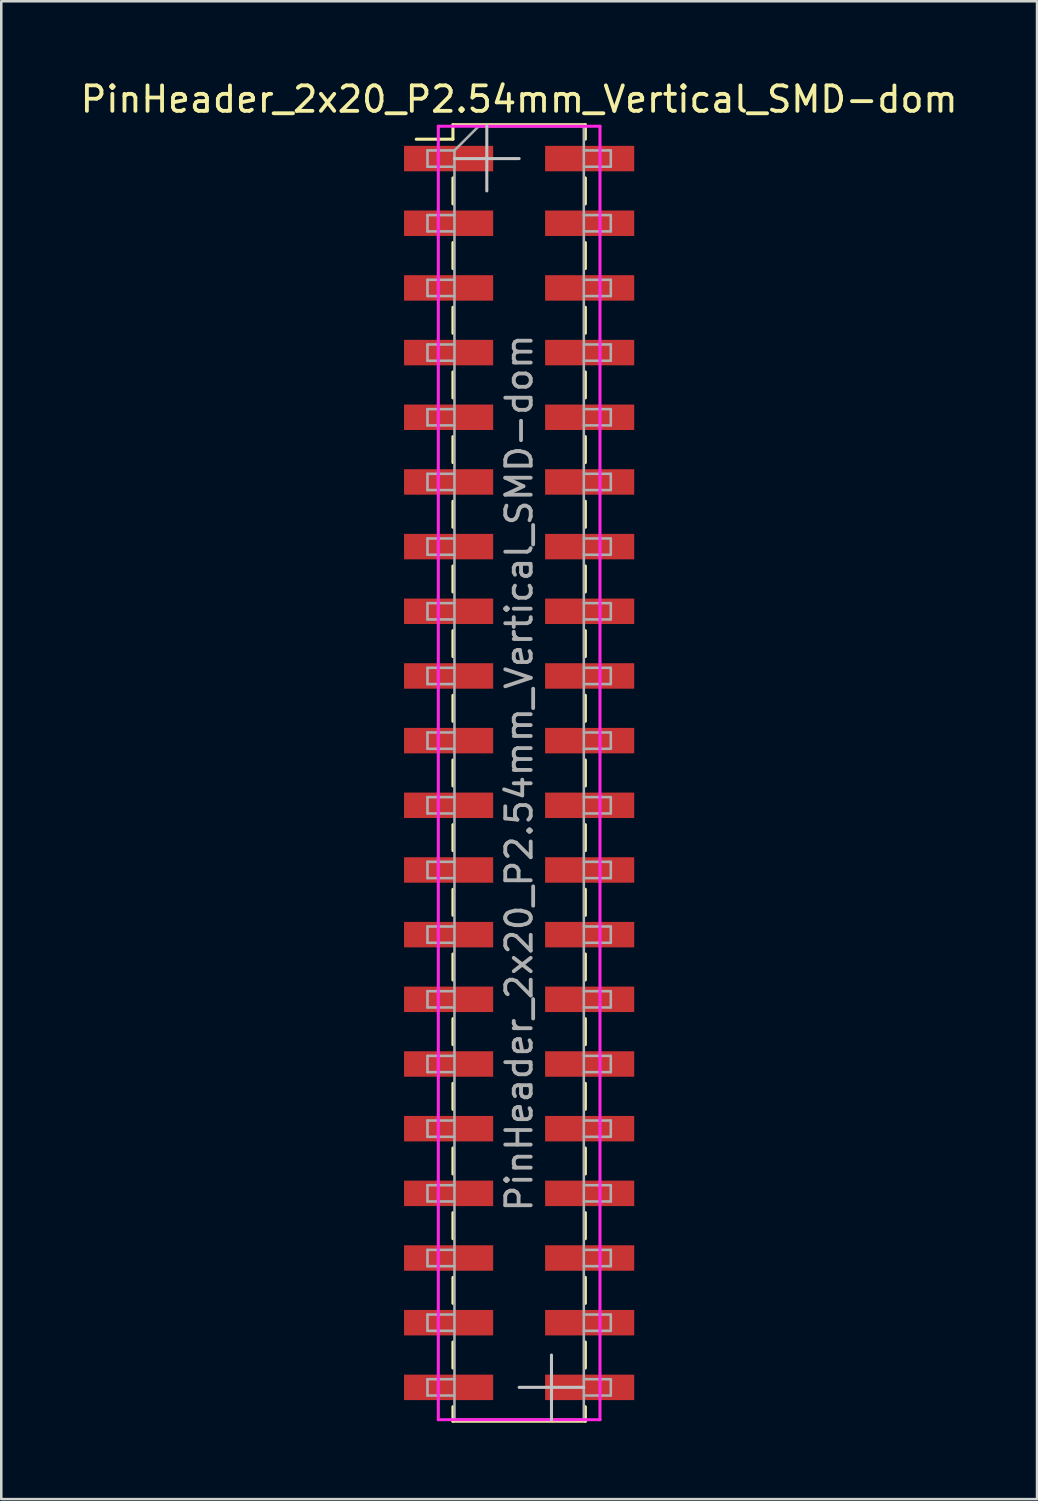
<source format=kicad_pcb>
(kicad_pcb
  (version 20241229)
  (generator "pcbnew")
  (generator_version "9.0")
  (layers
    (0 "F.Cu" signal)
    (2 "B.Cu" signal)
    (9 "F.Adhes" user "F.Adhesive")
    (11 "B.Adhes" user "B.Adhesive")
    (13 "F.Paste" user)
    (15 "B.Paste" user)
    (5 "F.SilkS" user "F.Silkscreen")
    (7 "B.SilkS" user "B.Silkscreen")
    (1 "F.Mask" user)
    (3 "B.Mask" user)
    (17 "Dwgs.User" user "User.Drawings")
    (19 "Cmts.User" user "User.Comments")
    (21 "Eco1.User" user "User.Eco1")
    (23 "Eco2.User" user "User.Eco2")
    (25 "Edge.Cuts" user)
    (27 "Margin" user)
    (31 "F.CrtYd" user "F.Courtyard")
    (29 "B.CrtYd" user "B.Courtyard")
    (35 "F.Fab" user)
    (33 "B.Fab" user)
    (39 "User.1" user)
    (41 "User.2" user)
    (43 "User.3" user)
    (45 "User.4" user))
  (footprint "PinHeader_2x20_P2.54mm_Vertical_SMD-dom"
    (layer "F.Cu")
    (at 17.339 27.308)
    (property "Reference" "PinHeader_2x20_P2.54mm_Vertical_SMD-dom" (at 0 -26.46 0) (layer "F.SilkS") (effects (font (size 1 1) (thickness 0.15))))
    (attr smd)
    (fp_line (start -4.04 -24.89) (end -2.6 -24.89) (stroke (width 0.12) (type solid)) (layer "F.SilkS"))
    (fp_line (start -2.6 -25.46) (end -2.6 -24.89) (stroke (width 0.12) (type solid)) (layer "F.SilkS"))
    (fp_line (start -2.6 -25.46) (end 2.6 -25.46) (stroke (width 0.12) (type solid)) (layer "F.SilkS"))
    (fp_line (start -2.6 -23.37) (end -2.6 -22.35) (stroke (width 0.12) (type solid)) (layer "F.SilkS"))
    (fp_line (start -2.6 -20.83) (end -2.6 -19.81) (stroke (width 0.12) (type solid)) (layer "F.SilkS"))
    (fp_line (start -2.6 -18.29) (end -2.6 -17.27) (stroke (width 0.12) (type solid)) (layer "F.SilkS"))
    (fp_line (start -2.6 -15.75) (end -2.6 -14.73) (stroke (width 0.12) (type solid)) (layer "F.SilkS"))
    (fp_line (start -2.6 -13.21) (end -2.6 -12.19) (stroke (width 0.12) (type solid)) (layer "F.SilkS"))
    (fp_line (start -2.6 -10.67) (end -2.6 -9.65) (stroke (width 0.12) (type solid)) (layer "F.SilkS"))
    (fp_line (start -2.6 -8.13) (end -2.6 -7.11) (stroke (width 0.12) (type solid)) (layer "F.SilkS"))
    (fp_line (start -2.6 -5.59) (end -2.6 -4.57) (stroke (width 0.12) (type solid)) (layer "F.SilkS"))
    (fp_line (start -2.6 -3.05) (end -2.6 -2.03) (stroke (width 0.12) (type solid)) (layer "F.SilkS"))
    (fp_line (start -2.6 -0.51) (end -2.6 0.51) (stroke (width 0.12) (type solid)) (layer "F.SilkS"))
    (fp_line (start -2.6 2.03) (end -2.6 3.05) (stroke (width 0.12) (type solid)) (layer "F.SilkS"))
    (fp_line (start -2.6 4.57) (end -2.6 5.59) (stroke (width 0.12) (type solid)) (layer "F.SilkS"))
    (fp_line (start -2.6 7.11) (end -2.6 8.13) (stroke (width 0.12) (type solid)) (layer "F.SilkS"))
    (fp_line (start -2.6 9.65) (end -2.6 10.67) (stroke (width 0.12) (type solid)) (layer "F.SilkS"))
    (fp_line (start -2.6 12.19) (end -2.6 13.21) (stroke (width 0.12) (type solid)) (layer "F.SilkS"))
    (fp_line (start -2.6 14.73) (end -2.6 15.75) (stroke (width 0.12) (type solid)) (layer "F.SilkS"))
    (fp_line (start -2.6 17.27) (end -2.6 18.29) (stroke (width 0.12) (type solid)) (layer "F.SilkS"))
    (fp_line (start -2.6 19.81) (end -2.6 20.83) (stroke (width 0.12) (type solid)) (layer "F.SilkS"))
    (fp_line (start -2.6 22.35) (end -2.6 23.37) (stroke (width 0.12) (type solid)) (layer "F.SilkS"))
    (fp_line (start -2.6 24.89) (end -2.6 25.46) (stroke (width 0.12) (type solid)) (layer "F.SilkS"))
    (fp_line (start -2.6 25.46) (end 2.6 25.46) (stroke (width 0.12) (type solid)) (layer "F.SilkS"))
    (fp_line (start 2.6 -25.46) (end 2.6 -24.89) (stroke (width 0.12) (type solid)) (layer "F.SilkS"))
    (fp_line (start 2.6 -23.37) (end 2.6 -22.35) (stroke (width 0.12) (type solid)) (layer "F.SilkS"))
    (fp_line (start 2.6 -20.83) (end 2.6 -19.81) (stroke (width 0.12) (type solid)) (layer "F.SilkS"))
    (fp_line (start 2.6 -18.29) (end 2.6 -17.27) (stroke (width 0.12) (type solid)) (layer "F.SilkS"))
    (fp_line (start 2.6 -15.75) (end 2.6 -14.73) (stroke (width 0.12) (type solid)) (layer "F.SilkS"))
    (fp_line (start 2.6 -13.21) (end 2.6 -12.19) (stroke (width 0.12) (type solid)) (layer "F.SilkS"))
    (fp_line (start 2.6 -10.67) (end 2.6 -9.65) (stroke (width 0.12) (type solid)) (layer "F.SilkS"))
    (fp_line (start 2.6 -8.13) (end 2.6 -7.11) (stroke (width 0.12) (type solid)) (layer "F.SilkS"))
    (fp_line (start 2.6 -5.59) (end 2.6 -4.57) (stroke (width 0.12) (type solid)) (layer "F.SilkS"))
    (fp_line (start 2.6 -3.05) (end 2.6 -2.03) (stroke (width 0.12) (type solid)) (layer "F.SilkS"))
    (fp_line (start 2.6 -0.51) (end 2.6 0.51) (stroke (width 0.12) (type solid)) (layer "F.SilkS"))
    (fp_line (start 2.6 2.03) (end 2.6 3.05) (stroke (width 0.12) (type solid)) (layer "F.SilkS"))
    (fp_line (start 2.6 4.57) (end 2.6 5.59) (stroke (width 0.12) (type solid)) (layer "F.SilkS"))
    (fp_line (start 2.6 7.11) (end 2.6 8.13) (stroke (width 0.12) (type solid)) (layer "F.SilkS"))
    (fp_line (start 2.6 9.65) (end 2.6 10.67) (stroke (width 0.12) (type solid)) (layer "F.SilkS"))
    (fp_line (start 2.6 12.19) (end 2.6 13.21) (stroke (width 0.12) (type solid)) (layer "F.SilkS"))
    (fp_line (start 2.6 14.73) (end 2.6 15.75) (stroke (width 0.12) (type solid)) (layer "F.SilkS"))
    (fp_line (start 2.6 17.27) (end 2.6 18.29) (stroke (width 0.12) (type solid)) (layer "F.SilkS"))
    (fp_line (start 2.6 19.81) (end 2.6 20.83) (stroke (width 0.12) (type solid)) (layer "F.SilkS"))
    (fp_line (start 2.6 22.35) (end 2.6 23.37) (stroke (width 0.12) (type solid)) (layer "F.SilkS"))
    (fp_line (start 2.6 24.89) (end 2.6 25.46) (stroke (width 0.12) (type solid)) (layer "F.SilkS"))
    (fp_line (start -1.27 -25.4) (end -1.27 -22.86) (stroke (width 0.12) (type solid)) (layer "Dwgs.User"))
    (fp_line (start 0 -24.13) (end -2.54 -24.13) (stroke (width 0.12) (type solid)) (layer "Dwgs.User"))
    (fp_line (start 0 24.13) (end 2.54 24.13) (stroke (width 0.12) (type solid)) (layer "Dwgs.User"))
    (fp_line (start 1.27 22.86) (end 1.27 25.4) (stroke (width 0.12) (type solid)) (layer "Dwgs.User"))
    (fp_line (start -3.175 -25.4) (end -3.175 25.4) (stroke (width 0.12) (type solid)) (layer "F.CrtYd"))
    (fp_line (start -3.175 25.4) (end 3.175 25.4) (stroke (width 0.12) (type solid)) (layer "F.CrtYd"))
    (fp_line (start 3.175 -25.4) (end -3.175 -25.4) (stroke (width 0.12) (type solid)) (layer "F.CrtYd"))
    (fp_line (start 3.175 25.4) (end 3.175 -25.4) (stroke (width 0.12) (type solid)) (layer "F.CrtYd"))
    (fp_line (start -3.6 -24.45) (end -3.6 -23.81) (stroke (width 0.1) (type solid)) (layer "F.Fab"))
    (fp_line (start -3.6 -23.81) (end -2.54 -23.81) (stroke (width 0.1) (type solid)) (layer "F.Fab"))
    (fp_line (start -3.6 -21.91) (end -3.6 -21.27) (stroke (width 0.1) (type solid)) (layer "F.Fab"))
    (fp_line (start -3.6 -21.27) (end -2.54 -21.27) (stroke (width 0.1) (type solid)) (layer "F.Fab"))
    (fp_line (start -3.6 -19.37) (end -3.6 -18.73) (stroke (width 0.1) (type solid)) (layer "F.Fab"))
    (fp_line (start -3.6 -18.73) (end -2.54 -18.73) (stroke (width 0.1) (type solid)) (layer "F.Fab"))
    (fp_line (start -3.6 -16.83) (end -3.6 -16.19) (stroke (width 0.1) (type solid)) (layer "F.Fab"))
    (fp_line (start -3.6 -16.19) (end -2.54 -16.19) (stroke (width 0.1) (type solid)) (layer "F.Fab"))
    (fp_line (start -3.6 -14.29) (end -3.6 -13.65) (stroke (width 0.1) (type solid)) (layer "F.Fab"))
    (fp_line (start -3.6 -13.65) (end -2.54 -13.65) (stroke (width 0.1) (type solid)) (layer "F.Fab"))
    (fp_line (start -3.6 -11.75) (end -3.6 -11.11) (stroke (width 0.1) (type solid)) (layer "F.Fab"))
    (fp_line (start -3.6 -11.11) (end -2.54 -11.11) (stroke (width 0.1) (type solid)) (layer "F.Fab"))
    (fp_line (start -3.6 -9.21) (end -3.6 -8.57) (stroke (width 0.1) (type solid)) (layer "F.Fab"))
    (fp_line (start -3.6 -8.57) (end -2.54 -8.57) (stroke (width 0.1) (type solid)) (layer "F.Fab"))
    (fp_line (start -3.6 -6.67) (end -3.6 -6.03) (stroke (width 0.1) (type solid)) (layer "F.Fab"))
    (fp_line (start -3.6 -6.03) (end -2.54 -6.03) (stroke (width 0.1) (type solid)) (layer "F.Fab"))
    (fp_line (start -3.6 -4.13) (end -3.6 -3.49) (stroke (width 0.1) (type solid)) (layer "F.Fab"))
    (fp_line (start -3.6 -3.49) (end -2.54 -3.49) (stroke (width 0.1) (type solid)) (layer "F.Fab"))
    (fp_line (start -3.6 -1.59) (end -3.6 -0.95) (stroke (width 0.1) (type solid)) (layer "F.Fab"))
    (fp_line (start -3.6 -0.95) (end -2.54 -0.95) (stroke (width 0.1) (type solid)) (layer "F.Fab"))
    (fp_line (start -3.6 0.95) (end -3.6 1.59) (stroke (width 0.1) (type solid)) (layer "F.Fab"))
    (fp_line (start -3.6 1.59) (end -2.54 1.59) (stroke (width 0.1) (type solid)) (layer "F.Fab"))
    (fp_line (start -3.6 3.49) (end -3.6 4.13) (stroke (width 0.1) (type solid)) (layer "F.Fab"))
    (fp_line (start -3.6 4.13) (end -2.54 4.13) (stroke (width 0.1) (type solid)) (layer "F.Fab"))
    (fp_line (start -3.6 6.03) (end -3.6 6.67) (stroke (width 0.1) (type solid)) (layer "F.Fab"))
    (fp_line (start -3.6 6.67) (end -2.54 6.67) (stroke (width 0.1) (type solid)) (layer "F.Fab"))
    (fp_line (start -3.6 8.57) (end -3.6 9.21) (stroke (width 0.1) (type solid)) (layer "F.Fab"))
    (fp_line (start -3.6 9.21) (end -2.54 9.21) (stroke (width 0.1) (type solid)) (layer "F.Fab"))
    (fp_line (start -3.6 11.11) (end -3.6 11.75) (stroke (width 0.1) (type solid)) (layer "F.Fab"))
    (fp_line (start -3.6 11.75) (end -2.54 11.75) (stroke (width 0.1) (type solid)) (layer "F.Fab"))
    (fp_line (start -3.6 13.65) (end -3.6 14.29) (stroke (width 0.1) (type solid)) (layer "F.Fab"))
    (fp_line (start -3.6 14.29) (end -2.54 14.29) (stroke (width 0.1) (type solid)) (layer "F.Fab"))
    (fp_line (start -3.6 16.19) (end -3.6 16.83) (stroke (width 0.1) (type solid)) (layer "F.Fab"))
    (fp_line (start -3.6 16.83) (end -2.54 16.83) (stroke (width 0.1) (type solid)) (layer "F.Fab"))
    (fp_line (start -3.6 18.73) (end -3.6 19.37) (stroke (width 0.1) (type solid)) (layer "F.Fab"))
    (fp_line (start -3.6 19.37) (end -2.54 19.37) (stroke (width 0.1) (type solid)) (layer "F.Fab"))
    (fp_line (start -3.6 21.27) (end -3.6 21.91) (stroke (width 0.1) (type solid)) (layer "F.Fab"))
    (fp_line (start -3.6 21.91) (end -2.54 21.91) (stroke (width 0.1) (type solid)) (layer "F.Fab"))
    (fp_line (start -3.6 23.81) (end -3.6 24.45) (stroke (width 0.1) (type solid)) (layer "F.Fab"))
    (fp_line (start -3.6 24.45) (end -2.54 24.45) (stroke (width 0.1) (type solid)) (layer "F.Fab"))
    (fp_line (start -2.54 -24.45) (end -3.6 -24.45) (stroke (width 0.1) (type solid)) (layer "F.Fab"))
    (fp_line (start -2.54 -24.45) (end -1.59 -25.4) (stroke (width 0.1) (type solid)) (layer "F.Fab"))
    (fp_line (start -2.54 -21.91) (end -3.6 -21.91) (stroke (width 0.1) (type solid)) (layer "F.Fab"))
    (fp_line (start -2.54 -19.37) (end -3.6 -19.37) (stroke (width 0.1) (type solid)) (layer "F.Fab"))
    (fp_line (start -2.54 -16.83) (end -3.6 -16.83) (stroke (width 0.1) (type solid)) (layer "F.Fab"))
    (fp_line (start -2.54 -14.29) (end -3.6 -14.29) (stroke (width 0.1) (type solid)) (layer "F.Fab"))
    (fp_line (start -2.54 -11.75) (end -3.6 -11.75) (stroke (width 0.1) (type solid)) (layer "F.Fab"))
    (fp_line (start -2.54 -9.21) (end -3.6 -9.21) (stroke (width 0.1) (type solid)) (layer "F.Fab"))
    (fp_line (start -2.54 -6.67) (end -3.6 -6.67) (stroke (width 0.1) (type solid)) (layer "F.Fab"))
    (fp_line (start -2.54 -4.13) (end -3.6 -4.13) (stroke (width 0.1) (type solid)) (layer "F.Fab"))
    (fp_line (start -2.54 -1.59) (end -3.6 -1.59) (stroke (width 0.1) (type solid)) (layer "F.Fab"))
    (fp_line (start -2.54 0.95) (end -3.6 0.95) (stroke (width 0.1) (type solid)) (layer "F.Fab"))
    (fp_line (start -2.54 3.49) (end -3.6 3.49) (stroke (width 0.1) (type solid)) (layer "F.Fab"))
    (fp_line (start -2.54 6.03) (end -3.6 6.03) (stroke (width 0.1) (type solid)) (layer "F.Fab"))
    (fp_line (start -2.54 8.57) (end -3.6 8.57) (stroke (width 0.1) (type solid)) (layer "F.Fab"))
    (fp_line (start -2.54 11.11) (end -3.6 11.11) (stroke (width 0.1) (type solid)) (layer "F.Fab"))
    (fp_line (start -2.54 13.65) (end -3.6 13.65) (stroke (width 0.1) (type solid)) (layer "F.Fab"))
    (fp_line (start -2.54 16.19) (end -3.6 16.19) (stroke (width 0.1) (type solid)) (layer "F.Fab"))
    (fp_line (start -2.54 18.73) (end -3.6 18.73) (stroke (width 0.1) (type solid)) (layer "F.Fab"))
    (fp_line (start -2.54 21.27) (end -3.6 21.27) (stroke (width 0.1) (type solid)) (layer "F.Fab"))
    (fp_line (start -2.54 23.81) (end -3.6 23.81) (stroke (width 0.1) (type solid)) (layer "F.Fab"))
    (fp_line (start -2.54 25.4) (end -2.54 -24.45) (stroke (width 0.1) (type solid)) (layer "F.Fab"))
    (fp_line (start -1.59 -25.4) (end 2.54 -25.4) (stroke (width 0.1) (type solid)) (layer "F.Fab"))
    (fp_line (start 2.54 -25.4) (end 2.54 25.4) (stroke (width 0.1) (type solid)) (layer "F.Fab"))
    (fp_line (start 2.54 -24.45) (end 3.6 -24.45) (stroke (width 0.1) (type solid)) (layer "F.Fab"))
    (fp_line (start 2.54 -21.91) (end 3.6 -21.91) (stroke (width 0.1) (type solid)) (layer "F.Fab"))
    (fp_line (start 2.54 -19.37) (end 3.6 -19.37) (stroke (width 0.1) (type solid)) (layer "F.Fab"))
    (fp_line (start 2.54 -16.83) (end 3.6 -16.83) (stroke (width 0.1) (type solid)) (layer "F.Fab"))
    (fp_line (start 2.54 -14.29) (end 3.6 -14.29) (stroke (width 0.1) (type solid)) (layer "F.Fab"))
    (fp_line (start 2.54 -11.75) (end 3.6 -11.75) (stroke (width 0.1) (type solid)) (layer "F.Fab"))
    (fp_line (start 2.54 -9.21) (end 3.6 -9.21) (stroke (width 0.1) (type solid)) (layer "F.Fab"))
    (fp_line (start 2.54 -6.67) (end 3.6 -6.67) (stroke (width 0.1) (type solid)) (layer "F.Fab"))
    (fp_line (start 2.54 -4.13) (end 3.6 -4.13) (stroke (width 0.1) (type solid)) (layer "F.Fab"))
    (fp_line (start 2.54 -1.59) (end 3.6 -1.59) (stroke (width 0.1) (type solid)) (layer "F.Fab"))
    (fp_line (start 2.54 0.95) (end 3.6 0.95) (stroke (width 0.1) (type solid)) (layer "F.Fab"))
    (fp_line (start 2.54 3.49) (end 3.6 3.49) (stroke (width 0.1) (type solid)) (layer "F.Fab"))
    (fp_line (start 2.54 6.03) (end 3.6 6.03) (stroke (width 0.1) (type solid)) (layer "F.Fab"))
    (fp_line (start 2.54 8.57) (end 3.6 8.57) (stroke (width 0.1) (type solid)) (layer "F.Fab"))
    (fp_line (start 2.54 11.11) (end 3.6 11.11) (stroke (width 0.1) (type solid)) (layer "F.Fab"))
    (fp_line (start 2.54 13.65) (end 3.6 13.65) (stroke (width 0.1) (type solid)) (layer "F.Fab"))
    (fp_line (start 2.54 16.19) (end 3.6 16.19) (stroke (width 0.1) (type solid)) (layer "F.Fab"))
    (fp_line (start 2.54 18.73) (end 3.6 18.73) (stroke (width 0.1) (type solid)) (layer "F.Fab"))
    (fp_line (start 2.54 21.27) (end 3.6 21.27) (stroke (width 0.1) (type solid)) (layer "F.Fab"))
    (fp_line (start 2.54 23.81) (end 3.6 23.81) (stroke (width 0.1) (type solid)) (layer "F.Fab"))
    (fp_line (start 2.54 25.4) (end -2.54 25.4) (stroke (width 0.1) (type solid)) (layer "F.Fab"))
    (fp_line (start 3.6 -24.45) (end 3.6 -23.81) (stroke (width 0.1) (type solid)) (layer "F.Fab"))
    (fp_line (start 3.6 -23.81) (end 2.54 -23.81) (stroke (width 0.1) (type solid)) (layer "F.Fab"))
    (fp_line (start 3.6 -21.91) (end 3.6 -21.27) (stroke (width 0.1) (type solid)) (layer "F.Fab"))
    (fp_line (start 3.6 -21.27) (end 2.54 -21.27) (stroke (width 0.1) (type solid)) (layer "F.Fab"))
    (fp_line (start 3.6 -19.37) (end 3.6 -18.73) (stroke (width 0.1) (type solid)) (layer "F.Fab"))
    (fp_line (start 3.6 -18.73) (end 2.54 -18.73) (stroke (width 0.1) (type solid)) (layer "F.Fab"))
    (fp_line (start 3.6 -16.83) (end 3.6 -16.19) (stroke (width 0.1) (type solid)) (layer "F.Fab"))
    (fp_line (start 3.6 -16.19) (end 2.54 -16.19) (stroke (width 0.1) (type solid)) (layer "F.Fab"))
    (fp_line (start 3.6 -14.29) (end 3.6 -13.65) (stroke (width 0.1) (type solid)) (layer "F.Fab"))
    (fp_line (start 3.6 -13.65) (end 2.54 -13.65) (stroke (width 0.1) (type solid)) (layer "F.Fab"))
    (fp_line (start 3.6 -11.75) (end 3.6 -11.11) (stroke (width 0.1) (type solid)) (layer "F.Fab"))
    (fp_line (start 3.6 -11.11) (end 2.54 -11.11) (stroke (width 0.1) (type solid)) (layer "F.Fab"))
    (fp_line (start 3.6 -9.21) (end 3.6 -8.57) (stroke (width 0.1) (type solid)) (layer "F.Fab"))
    (fp_line (start 3.6 -8.57) (end 2.54 -8.57) (stroke (width 0.1) (type solid)) (layer "F.Fab"))
    (fp_line (start 3.6 -6.67) (end 3.6 -6.03) (stroke (width 0.1) (type solid)) (layer "F.Fab"))
    (fp_line (start 3.6 -6.03) (end 2.54 -6.03) (stroke (width 0.1) (type solid)) (layer "F.Fab"))
    (fp_line (start 3.6 -4.13) (end 3.6 -3.49) (stroke (width 0.1) (type solid)) (layer "F.Fab"))
    (fp_line (start 3.6 -3.49) (end 2.54 -3.49) (stroke (width 0.1) (type solid)) (layer "F.Fab"))
    (fp_line (start 3.6 -1.59) (end 3.6 -0.95) (stroke (width 0.1) (type solid)) (layer "F.Fab"))
    (fp_line (start 3.6 -0.95) (end 2.54 -0.95) (stroke (width 0.1) (type solid)) (layer "F.Fab"))
    (fp_line (start 3.6 0.95) (end 3.6 1.59) (stroke (width 0.1) (type solid)) (layer "F.Fab"))
    (fp_line (start 3.6 1.59) (end 2.54 1.59) (stroke (width 0.1) (type solid)) (layer "F.Fab"))
    (fp_line (start 3.6 3.49) (end 3.6 4.13) (stroke (width 0.1) (type solid)) (layer "F.Fab"))
    (fp_line (start 3.6 4.13) (end 2.54 4.13) (stroke (width 0.1) (type solid)) (layer "F.Fab"))
    (fp_line (start 3.6 6.03) (end 3.6 6.67) (stroke (width 0.1) (type solid)) (layer "F.Fab"))
    (fp_line (start 3.6 6.67) (end 2.54 6.67) (stroke (width 0.1) (type solid)) (layer "F.Fab"))
    (fp_line (start 3.6 8.57) (end 3.6 9.21) (stroke (width 0.1) (type solid)) (layer "F.Fab"))
    (fp_line (start 3.6 9.21) (end 2.54 9.21) (stroke (width 0.1) (type solid)) (layer "F.Fab"))
    (fp_line (start 3.6 11.11) (end 3.6 11.75) (stroke (width 0.1) (type solid)) (layer "F.Fab"))
    (fp_line (start 3.6 11.75) (end 2.54 11.75) (stroke (width 0.1) (type solid)) (layer "F.Fab"))
    (fp_line (start 3.6 13.65) (end 3.6 14.29) (stroke (width 0.1) (type solid)) (layer "F.Fab"))
    (fp_line (start 3.6 14.29) (end 2.54 14.29) (stroke (width 0.1) (type solid)) (layer "F.Fab"))
    (fp_line (start 3.6 16.19) (end 3.6 16.83) (stroke (width 0.1) (type solid)) (layer "F.Fab"))
    (fp_line (start 3.6 16.83) (end 2.54 16.83) (stroke (width 0.1) (type solid)) (layer "F.Fab"))
    (fp_line (start 3.6 18.73) (end 3.6 19.37) (stroke (width 0.1) (type solid)) (layer "F.Fab"))
    (fp_line (start 3.6 19.37) (end 2.54 19.37) (stroke (width 0.1) (type solid)) (layer "F.Fab"))
    (fp_line (start 3.6 21.27) (end 3.6 21.91) (stroke (width 0.1) (type solid)) (layer "F.Fab"))
    (fp_line (start 3.6 21.91) (end 2.54 21.91) (stroke (width 0.1) (type solid)) (layer "F.Fab"))
    (fp_line (start 3.6 23.81) (end 3.6 24.45) (stroke (width 0.1) (type solid)) (layer "F.Fab"))
    (fp_line (start 3.6 24.45) (end 2.54 24.45) (stroke (width 0.1) (type solid)) (layer "F.Fab"))
    (fp_text user "${REFERENCE}" (at 0 0 90) (layer "F.Fab") (effects (font (size 1 1) (thickness 0.15))))
    (pad "1" smd rect (at -2.77 -24.13) (size 3.5 1) (layers "F.Cu" "F.Mask" "F.Paste"))
    (pad "2" smd rect (at 2.77 -24.13) (size 3.5 1) (layers "F.Cu" "F.Mask" "F.Paste"))
    (pad "3" smd rect (at -2.77 -21.59) (size 3.5 1) (layers "F.Cu" "F.Mask" "F.Paste"))
    (pad "4" smd rect (at 2.77 -21.59) (size 3.5 1) (layers "F.Cu" "F.Mask" "F.Paste"))
    (pad "5" smd rect (at -2.77 -19.05) (size 3.5 1) (layers "F.Cu" "F.Mask" "F.Paste"))
    (pad "6" smd rect (at 2.77 -19.05) (size 3.5 1) (layers "F.Cu" "F.Mask" "F.Paste"))
    (pad "7" smd rect (at -2.77 -16.51) (size 3.5 1) (layers "F.Cu" "F.Mask" "F.Paste"))
    (pad "8" smd rect (at 2.77 -16.51) (size 3.5 1) (layers "F.Cu" "F.Mask" "F.Paste"))
    (pad "9" smd rect (at -2.77 -13.97) (size 3.5 1) (layers "F.Cu" "F.Mask" "F.Paste"))
    (pad "10" smd rect (at 2.77 -13.97) (size 3.5 1) (layers "F.Cu" "F.Mask" "F.Paste"))
    (pad "11" smd rect (at -2.77 -11.43) (size 3.5 1) (layers "F.Cu" "F.Mask" "F.Paste"))
    (pad "12" smd rect (at 2.77 -11.43) (size 3.5 1) (layers "F.Cu" "F.Mask" "F.Paste"))
    (pad "13" smd rect (at -2.77 -8.89) (size 3.5 1) (layers "F.Cu" "F.Mask" "F.Paste"))
    (pad "14" smd rect (at 2.77 -8.89) (size 3.5 1) (layers "F.Cu" "F.Mask" "F.Paste"))
    (pad "15" smd rect (at -2.77 -6.35) (size 3.5 1) (layers "F.Cu" "F.Mask" "F.Paste"))
    (pad "16" smd rect (at 2.77 -6.35) (size 3.5 1) (layers "F.Cu" "F.Mask" "F.Paste"))
    (pad "17" smd rect (at -2.77 -3.81) (size 3.5 1) (layers "F.Cu" "F.Mask" "F.Paste"))
    (pad "18" smd rect (at 2.77 -3.81) (size 3.5 1) (layers "F.Cu" "F.Mask" "F.Paste"))
    (pad "19" smd rect (at -2.77 -1.27) (size 3.5 1) (layers "F.Cu" "F.Mask" "F.Paste"))
    (pad "20" smd rect (at 2.77 -1.27) (size 3.5 1) (layers "F.Cu" "F.Mask" "F.Paste"))
    (pad "21" smd rect (at -2.77 1.27) (size 3.5 1) (layers "F.Cu" "F.Mask" "F.Paste"))
    (pad "22" smd rect (at 2.77 1.27) (size 3.5 1) (layers "F.Cu" "F.Mask" "F.Paste"))
    (pad "23" smd rect (at -2.77 3.81) (size 3.5 1) (layers "F.Cu" "F.Mask" "F.Paste"))
    (pad "24" smd rect (at 2.77 3.81) (size 3.5 1) (layers "F.Cu" "F.Mask" "F.Paste"))
    (pad "25" smd rect (at -2.77 6.35) (size 3.5 1) (layers "F.Cu" "F.Mask" "F.Paste"))
    (pad "26" smd rect (at 2.77 6.35) (size 3.5 1) (layers "F.Cu" "F.Mask" "F.Paste"))
    (pad "27" smd rect (at -2.77 8.89) (size 3.5 1) (layers "F.Cu" "F.Mask" "F.Paste"))
    (pad "28" smd rect (at 2.77 8.89) (size 3.5 1) (layers "F.Cu" "F.Mask" "F.Paste"))
    (pad "29" smd rect (at -2.77 11.43) (size 3.5 1) (layers "F.Cu" "F.Mask" "F.Paste"))
    (pad "30" smd rect (at 2.77 11.43) (size 3.5 1) (layers "F.Cu" "F.Mask" "F.Paste"))
    (pad "31" smd rect (at -2.77 13.97) (size 3.5 1) (layers "F.Cu" "F.Mask" "F.Paste"))
    (pad "32" smd rect (at 2.77 13.97) (size 3.5 1) (layers "F.Cu" "F.Mask" "F.Paste"))
    (pad "33" smd rect (at -2.77 16.51) (size 3.5 1) (layers "F.Cu" "F.Mask" "F.Paste"))
    (pad "34" smd rect (at 2.77 16.51) (size 3.5 1) (layers "F.Cu" "F.Mask" "F.Paste"))
    (pad "35" smd rect (at -2.77 19.05) (size 3.5 1) (layers "F.Cu" "F.Mask" "F.Paste"))
    (pad "36" smd rect (at 2.77 19.05) (size 3.5 1) (layers "F.Cu" "F.Mask" "F.Paste"))
    (pad "37" smd rect (at -2.77 21.59) (size 3.5 1) (layers "F.Cu" "F.Mask" "F.Paste"))
    (pad "38" smd rect (at 2.77 21.59) (size 3.5 1) (layers "F.Cu" "F.Mask" "F.Paste"))
    (pad "39" smd rect (at -2.77 24.13) (size 3.5 1) (layers "F.Cu" "F.Mask" "F.Paste"))
    (pad "40" smd rect (at 2.77 24.13) (size 3.5 1) (layers "F.Cu" "F.Mask" "F.Paste")))
  (gr_rect
    (start -3 -3)
    (end 37.679 55.828)
    (stroke (width 0.1) (type default))
    (fill no)
    (layer "Edge.Cuts")))
</source>
